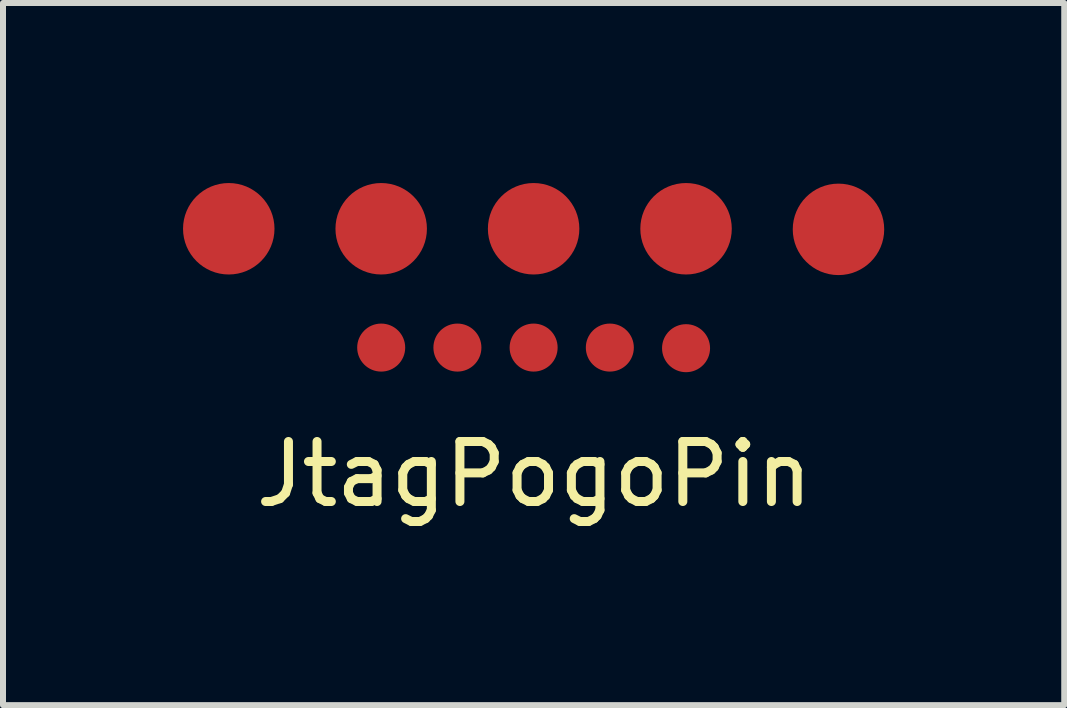
<source format=kicad_pcb>
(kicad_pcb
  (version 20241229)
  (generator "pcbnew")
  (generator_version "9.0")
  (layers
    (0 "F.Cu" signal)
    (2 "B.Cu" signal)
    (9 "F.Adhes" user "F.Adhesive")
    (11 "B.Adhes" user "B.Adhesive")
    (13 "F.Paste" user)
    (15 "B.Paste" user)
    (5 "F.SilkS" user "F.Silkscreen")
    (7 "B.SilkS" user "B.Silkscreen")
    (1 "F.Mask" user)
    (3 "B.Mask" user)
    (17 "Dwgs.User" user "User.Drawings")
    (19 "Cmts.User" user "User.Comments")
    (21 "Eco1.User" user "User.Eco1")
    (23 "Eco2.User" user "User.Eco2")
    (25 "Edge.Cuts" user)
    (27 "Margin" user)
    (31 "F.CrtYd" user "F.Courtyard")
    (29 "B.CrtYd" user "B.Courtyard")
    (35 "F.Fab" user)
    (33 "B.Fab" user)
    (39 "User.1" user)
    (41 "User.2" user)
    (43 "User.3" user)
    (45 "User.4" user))
  (footprint "JtagPogoPin"
    (layer "F.Cu")
    (at 5.842 0.762)
    (property "Reference" "JtagPogoPin" (at 0.01 4.09 0) (layer "F.SilkS") (effects (font (size 1 1) (thickness 0.15))))
    (attr through_hole)
    (pad "1" connect circle (at -5.08 0) (size 1.524 1.524) (layers "F.Cu" "F.Mask"))
    (pad "1" connect circle (at -2.54 1.98) (size 0.8 0.8) (layers "F.Cu" "F.Mask"))
    (pad "2" connect circle (at -2.54 0) (size 1.524 1.524) (layers "F.Cu" "F.Mask"))
    (pad "2" connect circle (at -1.27 1.98) (size 0.8 0.8) (layers "F.Cu" "F.Mask"))
    (pad "3" connect circle (at 0 0) (size 1.524 1.524) (layers "F.Cu" "F.Mask"))
    (pad "3" connect circle (at 0 1.98) (size 0.8 0.8) (layers "F.Cu" "F.Mask"))
    (pad "4" connect circle (at 1.27 1.98) (size 0.8 0.8) (layers "F.Cu" "F.Mask"))
    (pad "4" connect circle (at 2.54 0) (size 1.524 1.524) (layers "F.Cu" "F.Mask"))
    (pad "5" connect circle (at 2.54 1.99) (size 0.8 0.8) (layers "F.Cu" "F.Mask"))
    (pad "5" connect circle (at 5.08 0.01) (size 1.524 1.524) (layers "F.Cu" "F.Mask")))
  (gr_rect
    (start -3 -3)
    (end 14.684 8.7)
    (stroke (width 0.1) (type default))
    (fill no)
    (layer "Edge.Cuts")))
</source>
